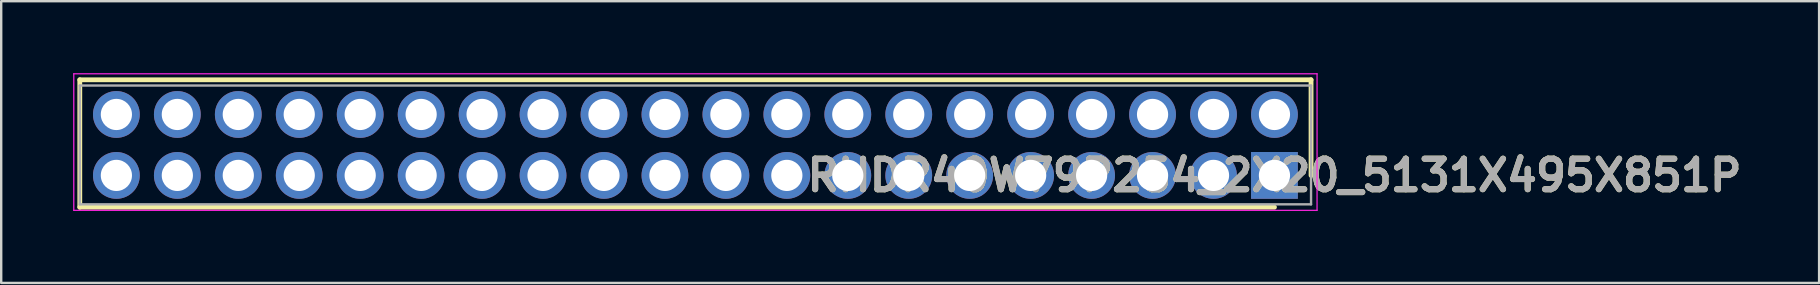
<source format=kicad_pcb>
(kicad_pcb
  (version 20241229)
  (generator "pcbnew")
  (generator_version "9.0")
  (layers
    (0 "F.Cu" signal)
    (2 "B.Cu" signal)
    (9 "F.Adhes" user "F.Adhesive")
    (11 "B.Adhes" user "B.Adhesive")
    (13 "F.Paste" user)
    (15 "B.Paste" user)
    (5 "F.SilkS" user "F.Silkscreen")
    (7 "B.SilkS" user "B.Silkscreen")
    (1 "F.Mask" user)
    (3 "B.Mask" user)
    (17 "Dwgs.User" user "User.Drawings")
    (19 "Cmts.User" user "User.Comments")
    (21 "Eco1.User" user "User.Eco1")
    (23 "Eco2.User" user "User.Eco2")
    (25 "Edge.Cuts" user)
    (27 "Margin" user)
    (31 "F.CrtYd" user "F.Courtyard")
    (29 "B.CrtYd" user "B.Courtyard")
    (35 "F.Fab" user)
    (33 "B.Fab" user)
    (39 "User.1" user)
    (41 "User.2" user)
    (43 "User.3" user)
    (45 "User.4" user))
  (footprint "RHDR40W79P254_2X20_5131X495X851P"
    (layer "F.Cu")
    (at 50.06 4.26)
    (property "Reference" "RHDR40W79P254_2X20_5131X495X851P" (at 0 0 0) (layer "F.SilkS") (effects (font (size 1.27 1.27) (thickness 0.254))))
    (attr through_hole)
    (fp_line (start -49.785 -3.985) (end 1.525 -3.985) (stroke (width 0.2) (type solid)) (layer "F.SilkS"))
    (fp_line (start -49.785 1.325) (end -49.785 -3.985) (stroke (width 0.2) (type solid)) (layer "F.SilkS"))
    (fp_line (start 0 1.325) (end -49.785 1.325) (stroke (width 0.2) (type solid)) (layer "F.SilkS"))
    (fp_line (start 1.525 -3.985) (end 1.525 0) (stroke (width 0.2) (type solid)) (layer "F.SilkS"))
    (fp_line (start -50.035 -4.235) (end 1.775 -4.235) (stroke (width 0.05) (type solid)) (layer "F.CrtYd"))
    (fp_line (start -50.035 1.455) (end -50.035 -4.235) (stroke (width 0.05) (type solid)) (layer "F.CrtYd"))
    (fp_line (start 1.775 -4.235) (end 1.775 1.455) (stroke (width 0.05) (type solid)) (layer "F.CrtYd"))
    (fp_line (start 1.775 1.455) (end -50.035 1.455) (stroke (width 0.05) (type solid)) (layer "F.CrtYd"))
    (fp_line (start -49.785 -3.745) (end 1.525 -3.745) (stroke (width 0.1) (type solid)) (layer "F.Fab"))
    (fp_line (start -49.785 1.205) (end -49.785 -3.745) (stroke (width 0.1) (type solid)) (layer "F.Fab"))
    (fp_line (start 1.525 -3.745) (end 1.525 1.205) (stroke (width 0.1) (type solid)) (layer "F.Fab"))
    (fp_line (start 1.525 1.205) (end -49.785 1.205) (stroke (width 0.1) (type solid)) (layer "F.Fab"))
    (fp_text user "${REFERENCE}" (at 0 0 0) (layer "F.Fab") (effects (font (size 1.27 1.27) (thickness 0.254))))
    (pad "1" thru_hole rect (at 0 0) (size 1.95 1.95) (drill 1.3) (layers "*.Cu" "*.Mask"))
    (pad "2" thru_hole circle (at 0 -2.54) (size 1.95 1.95) (drill 1.3) (layers "*.Cu" "*.Mask"))
    (pad "3" thru_hole circle (at -2.54 0) (size 1.95 1.95) (drill 1.3) (layers "*.Cu" "*.Mask"))
    (pad "4" thru_hole circle (at -2.54 -2.54) (size 1.95 1.95) (drill 1.3) (layers "*.Cu" "*.Mask"))
    (pad "5" thru_hole circle (at -5.08 0) (size 1.95 1.95) (drill 1.3) (layers "*.Cu" "*.Mask"))
    (pad "6" thru_hole circle (at -5.08 -2.54) (size 1.95 1.95) (drill 1.3) (layers "*.Cu" "*.Mask"))
    (pad "7" thru_hole circle (at -7.62 0) (size 1.95 1.95) (drill 1.3) (layers "*.Cu" "*.Mask"))
    (pad "8" thru_hole circle (at -7.62 -2.54) (size 1.95 1.95) (drill 1.3) (layers "*.Cu" "*.Mask"))
    (pad "9" thru_hole circle (at -10.16 0) (size 1.95 1.95) (drill 1.3) (layers "*.Cu" "*.Mask"))
    (pad "10" thru_hole circle (at -10.16 -2.54) (size 1.95 1.95) (drill 1.3) (layers "*.Cu" "*.Mask"))
    (pad "11" thru_hole circle (at -12.7 0) (size 1.95 1.95) (drill 1.3) (layers "*.Cu" "*.Mask"))
    (pad "12" thru_hole circle (at -12.7 -2.54) (size 1.95 1.95) (drill 1.3) (layers "*.Cu" "*.Mask"))
    (pad "13" thru_hole circle (at -15.24 0) (size 1.95 1.95) (drill 1.3) (layers "*.Cu" "*.Mask"))
    (pad "14" thru_hole circle (at -15.24 -2.54) (size 1.95 1.95) (drill 1.3) (layers "*.Cu" "*.Mask"))
    (pad "15" thru_hole circle (at -17.78 0) (size 1.95 1.95) (drill 1.3) (layers "*.Cu" "*.Mask"))
    (pad "16" thru_hole circle (at -17.78 -2.54) (size 1.95 1.95) (drill 1.3) (layers "*.Cu" "*.Mask"))
    (pad "17" thru_hole circle (at -20.32 0) (size 1.95 1.95) (drill 1.3) (layers "*.Cu" "*.Mask"))
    (pad "18" thru_hole circle (at -20.32 -2.54) (size 1.95 1.95) (drill 1.3) (layers "*.Cu" "*.Mask"))
    (pad "19" thru_hole circle (at -22.86 0) (size 1.95 1.95) (drill 1.3) (layers "*.Cu" "*.Mask"))
    (pad "20" thru_hole circle (at -22.86 -2.54) (size 1.95 1.95) (drill 1.3) (layers "*.Cu" "*.Mask"))
    (pad "21" thru_hole circle (at -25.4 0) (size 1.95 1.95) (drill 1.3) (layers "*.Cu" "*.Mask"))
    (pad "22" thru_hole circle (at -25.4 -2.54) (size 1.95 1.95) (drill 1.3) (layers "*.Cu" "*.Mask"))
    (pad "23" thru_hole circle (at -27.94 0) (size 1.95 1.95) (drill 1.3) (layers "*.Cu" "*.Mask"))
    (pad "24" thru_hole circle (at -27.94 -2.54) (size 1.95 1.95) (drill 1.3) (layers "*.Cu" "*.Mask"))
    (pad "25" thru_hole circle (at -30.48 0) (size 1.95 1.95) (drill 1.3) (layers "*.Cu" "*.Mask"))
    (pad "26" thru_hole circle (at -30.48 -2.54) (size 1.95 1.95) (drill 1.3) (layers "*.Cu" "*.Mask"))
    (pad "27" thru_hole circle (at -33.02 0) (size 1.95 1.95) (drill 1.3) (layers "*.Cu" "*.Mask"))
    (pad "28" thru_hole circle (at -33.02 -2.54) (size 1.95 1.95) (drill 1.3) (layers "*.Cu" "*.Mask"))
    (pad "29" thru_hole circle (at -35.56 0) (size 1.95 1.95) (drill 1.3) (layers "*.Cu" "*.Mask"))
    (pad "30" thru_hole circle (at -35.56 -2.54) (size 1.95 1.95) (drill 1.3) (layers "*.Cu" "*.Mask"))
    (pad "31" thru_hole circle (at -38.1 0) (size 1.95 1.95) (drill 1.3) (layers "*.Cu" "*.Mask"))
    (pad "32" thru_hole circle (at -38.1 -2.54) (size 1.95 1.95) (drill 1.3) (layers "*.Cu" "*.Mask"))
    (pad "33" thru_hole circle (at -40.64 0) (size 1.95 1.95) (drill 1.3) (layers "*.Cu" "*.Mask"))
    (pad "34" thru_hole circle (at -40.64 -2.54) (size 1.95 1.95) (drill 1.3) (layers "*.Cu" "*.Mask"))
    (pad "35" thru_hole circle (at -43.18 0) (size 1.95 1.95) (drill 1.3) (layers "*.Cu" "*.Mask"))
    (pad "36" thru_hole circle (at -43.18 -2.54) (size 1.95 1.95) (drill 1.3) (layers "*.Cu" "*.Mask"))
    (pad "37" thru_hole circle (at -45.72 0) (size 1.95 1.95) (drill 1.3) (layers "*.Cu" "*.Mask"))
    (pad "38" thru_hole circle (at -45.72 -2.54) (size 1.95 1.95) (drill 1.3) (layers "*.Cu" "*.Mask"))
    (pad "39" thru_hole circle (at -48.26 0) (size 1.95 1.95) (drill 1.3) (layers "*.Cu" "*.Mask"))
    (pad "40" thru_hole circle (at -48.26 -2.54) (size 1.95 1.95) (drill 1.3) (layers "*.Cu" "*.Mask")))
  (gr_rect
    (start -3 -3)
    (end 72.757 8.74)
    (stroke (width 0.1) (type default))
    (fill no)
    (layer "Edge.Cuts")))
</source>
